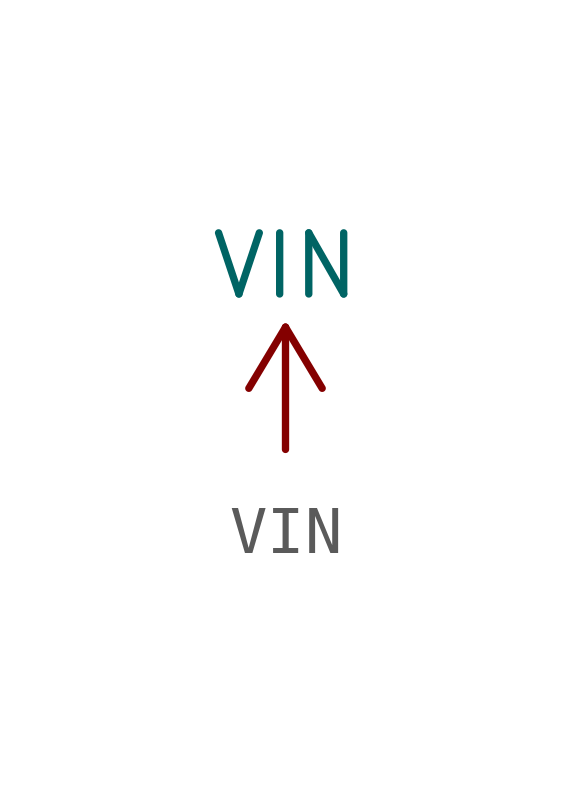
<source format=kicad_sym>
(kicad_symbol_lib
  (version 20211014)
  (generator kicad_symbol_editor)
  (symbol "VIN"
    (power)
    (pin_names
      (offset 0))
    (property "Reference" "#PWR"
      (at 0 -3.81 0)
      (effects (font (size 1.27 1.27)) hide))
    (property "Value" "VIN"
      (at 0 3.81 0)
      (effects (font (size 1.27 1.27))))
    (symbol "VIN_0_1"
      (polyline (pts (xy -0.762 1.27) (xy 0 2.54)) (stroke (width 0) (type default) (color 0 0 0 0)) (fill (type none)))
      (polyline (pts (xy 0 0) (xy 0 2.54)) (stroke (width 0) (type default) (color 0 0 0 0)) (fill (type none)))
      (polyline (pts (xy 0 2.54) (xy 0.762 1.27)) (stroke (width 0) (type default) (color 0 0 0 0)) (fill (type none))))
    (symbol "VIN_1_1"
      (pin power_in line (at 0 0 90) (length 0) hide (name "VIN" (effects (font (size 1.27 1.27)))) (number "1" (effects (font (size 1.27 1.27))))))))
</source>
